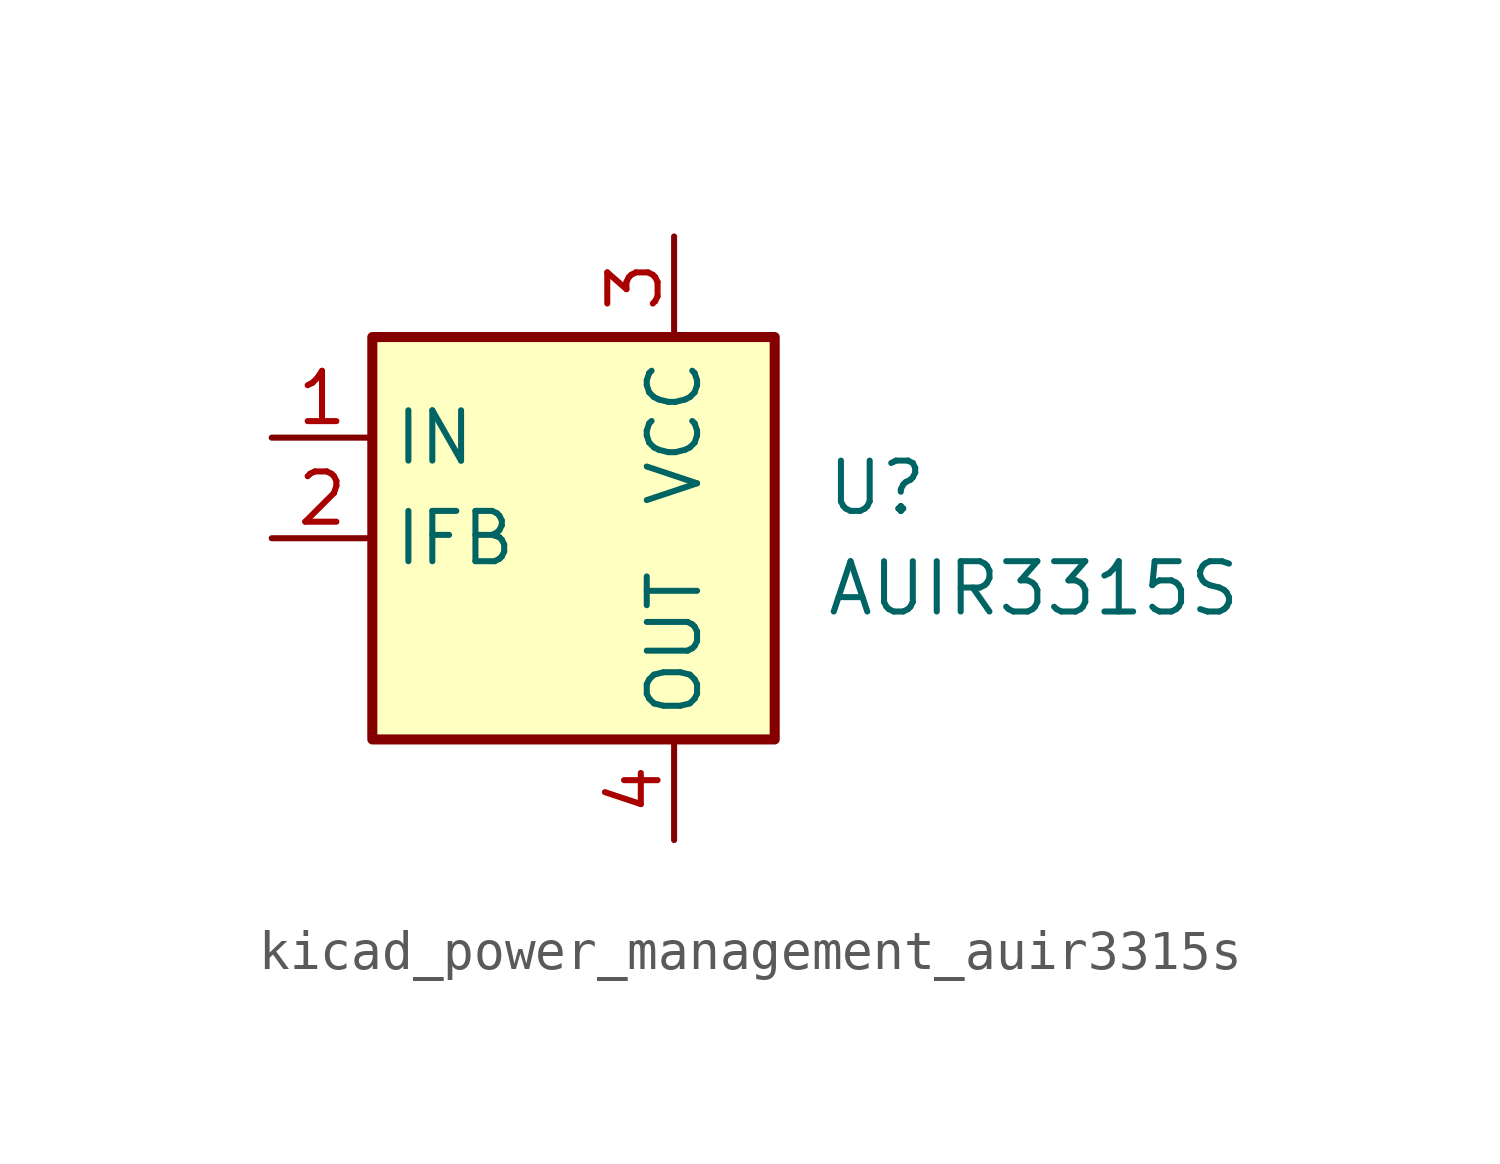
<source format=kicad_sym>
(kicad_symbol_lib
  (version 20220914)
  (generator kicad_symbol_editor)
  (symbol "kicad_power_management_auir3315s"
    (property "Reference" "U"
      (at 3.81 1.27 0)
      (effects (font (size 1.27 1.27)) (justify left)))
    (property "Value" "AUIR3315S"
      (at 3.81 -1.27 0)
      (effects (font (size 1.27 1.27)) (justify left)))
    (symbol "kicad_power_management_auir3315s_0_1"
      (rectangle (start -7.62 5.08) (end 2.54 -5.08) (stroke (width 0.254) (type default)) (fill (type background))))
    (symbol "kicad_power_management_auir3315s_1_1"
      (pin input line (at -10.16 2.54 0) (length 2.54) (name "IN" (effects (font (size 1.27 1.27)))) (number "1" (effects (font (size 1.27 1.27)))))
      (pin output line (at -10.16 0 0) (length 2.54) (name "IFB" (effects (font (size 1.27 1.27)))) (number "2" (effects (font (size 1.27 1.27)))))
      (pin power_in line (at 0 7.62 270) (length 2.54) (name "VCC" (effects (font (size 1.27 1.27)))) (number "3" (effects (font (size 1.27 1.27)))))
      (pin power_out line (at 0 -7.62 90) (length 2.54) (name "OUT" (effects (font (size 1.27 1.27)))) (number "4" (effects (font (size 1.27 1.27)))))
      (pin passive line (at 0 -7.62 90) (length 2.54) hide (name "OUT" (effects (font (size 1.27 1.27)))) (number "5" (effects (font (size 1.27 1.27))))))))
</source>
